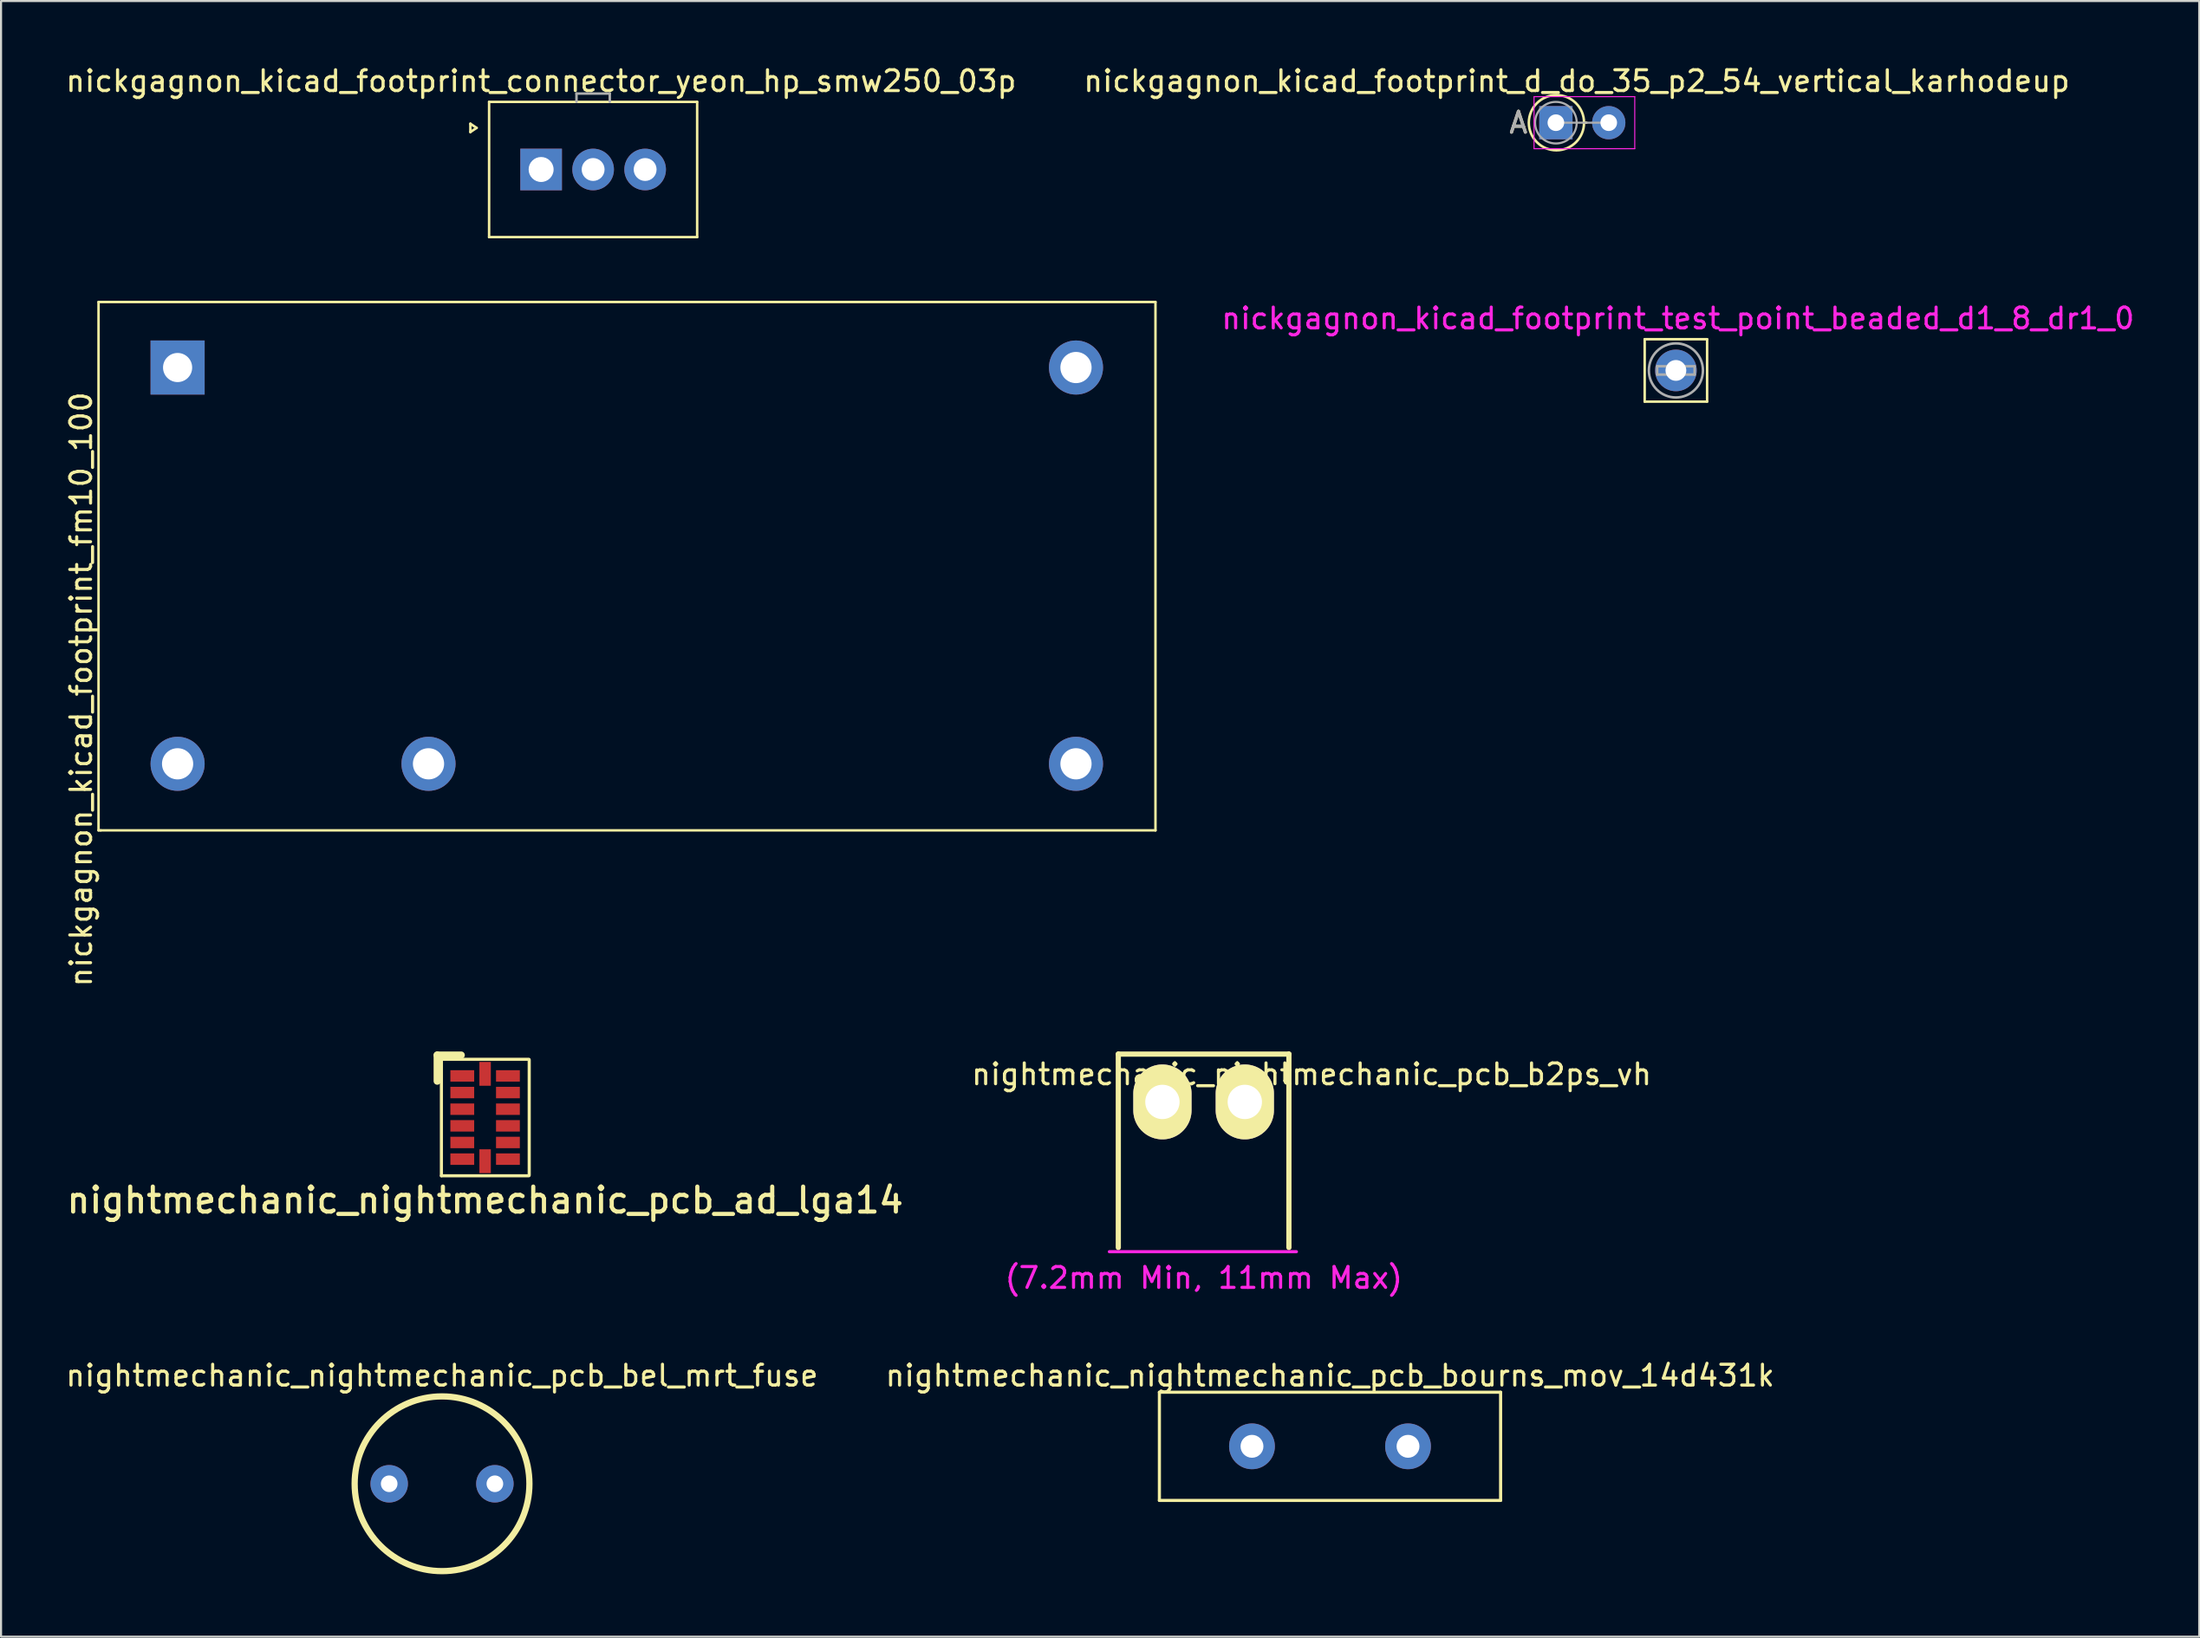
<source format=kicad_pcb>
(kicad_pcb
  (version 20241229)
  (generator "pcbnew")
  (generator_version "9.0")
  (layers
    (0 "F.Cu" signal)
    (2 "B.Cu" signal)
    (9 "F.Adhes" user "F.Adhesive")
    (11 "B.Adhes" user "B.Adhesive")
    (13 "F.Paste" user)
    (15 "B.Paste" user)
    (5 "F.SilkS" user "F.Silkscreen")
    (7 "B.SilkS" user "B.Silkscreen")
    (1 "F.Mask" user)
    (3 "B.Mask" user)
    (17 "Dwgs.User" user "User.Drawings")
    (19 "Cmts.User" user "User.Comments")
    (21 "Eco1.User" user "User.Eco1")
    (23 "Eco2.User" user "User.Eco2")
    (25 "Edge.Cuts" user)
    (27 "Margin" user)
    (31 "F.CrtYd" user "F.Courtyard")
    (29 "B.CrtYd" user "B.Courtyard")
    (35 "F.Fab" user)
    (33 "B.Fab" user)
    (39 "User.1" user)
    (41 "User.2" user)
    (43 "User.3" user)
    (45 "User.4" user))
  (footprint "nickgagnon_kicad_footprint_connector_yeon_hp_smw250_03p"
    (layer "F.Cu")
    (at 25.458 5.098)
    (property "Reference" "nickgagnon_kicad_footprint_connector_yeon_hp_smw250_03p" (at -2.5 -4.25 0) (layer "F.SilkS") (effects (font (size 1 1) (thickness 0.15))))
    (attr through_hole)
    (fp_line (start -5.9 -2.2) (end -5.6 -2) (stroke (width 0.12) (type solid)) (layer "F.SilkS"))
    (fp_line (start -5.9 -1.8) (end -5.9 -2.2) (stroke (width 0.12) (type solid)) (layer "F.SilkS"))
    (fp_line (start -5.6 -2) (end -5.9 -1.8) (stroke (width 0.12) (type solid)) (layer "F.SilkS"))
    (fp_line (start -5 -3.25) (end -5 3.25) (stroke (width 0.12) (type solid)) (layer "F.SilkS"))
    (fp_line (start -5 3.25) (end 5 3.25) (stroke (width 0.12) (type solid)) (layer "F.SilkS"))
    (fp_line (start 5 -3.25) (end -5 -3.25) (stroke (width 0.12) (type solid)) (layer "F.SilkS"))
    (fp_line (start 5 3.25) (end 5 -3.25) (stroke (width 0.12) (type solid)) (layer "F.SilkS"))
    (fp_line (start -0.8 -3.65) (end 0.8 -3.65) (stroke (width 0.12) (type solid)) (layer "F.Fab"))
    (fp_line (start -0.8 -3.25) (end -0.8 -3.65) (stroke (width 0.12) (type solid)) (layer "F.Fab"))
    (fp_line (start 0.8 -3.65) (end 0.8 -3.25) (stroke (width 0.12) (type solid)) (layer "F.Fab"))
    (pad "1" thru_hole rect (at -2.5 0 90) (size 2 2) (drill 1.2) (layers "*.Cu" "*.Mask"))
    (pad "2" thru_hole circle (at 0 0) (size 2 2) (drill 1.1) (layers "*.Cu" "*.Mask"))
    (pad "3" thru_hole circle (at 2.5 0) (size 2 2) (drill 1.1) (layers "*.Cu" "*.Mask")))
  (footprint "nightmechanic_nightmechanic_pcb_bel_mrt_fuse"
    (layer "F.Cu")
    (at 18.196 68.278)
    (property "Reference" "nightmechanic_nightmechanic_pcb_bel_mrt_fuse" (at 0 -5.2 0) (layer "F.SilkS") (effects (font (size 1 1) (thickness 0.15))))
    (attr through_hole)
    (fp_circle (center 0 0) (end 0 -4.2) (stroke (width 0.3) (type solid)) (fill no) (layer "F.SilkS"))
    (pad "1" thru_hole circle (at -2.54 0) (size 1.8 1.8) (drill 0.8) (layers "*.Cu" "*.Mask"))
    (pad "2" thru_hole circle (at 2.54 0) (size 1.8 1.8) (drill 0.8) (layers "*.Cu" "*.Mask")))
  (footprint "nickgagnon_kicad_footprint_test_point_beaded_d1_8_dr1_0"
    (layer "F.Cu")
    (at 77.5 14.757)
    (property "Reference" "nickgagnon_kicad_footprint_test_point_beaded_d1_8_dr1_0" (at 0.1 -2.5 0) (layer "F.CrtYd") (effects (font (size 1 1) (thickness 0.15))))
    (attr through_hole)
    (fp_line (start -1.5 -1.5) (end -1.5 1.5) (stroke (width 0.12) (type solid)) (layer "F.SilkS"))
    (fp_line (start -1.5 1.5) (end 1.5 1.5) (stroke (width 0.12) (type solid)) (layer "F.SilkS"))
    (fp_line (start 1.5 -1.5) (end -1.5 -1.5) (stroke (width 0.12) (type solid)) (layer "F.SilkS"))
    (fp_line (start 1.5 1.5) (end 1.5 -1.5) (stroke (width 0.12) (type solid)) (layer "F.SilkS"))
    (fp_line (start -0.9 -0.2) (end 0.9 -0.2) (stroke (width 0.12) (type solid)) (layer "F.Fab"))
    (fp_line (start -0.9 0.2) (end -0.9 -0.2) (stroke (width 0.12) (type solid)) (layer "F.Fab"))
    (fp_line (start 0.9 -0.2) (end 0.9 0.2) (stroke (width 0.12) (type solid)) (layer "F.Fab"))
    (fp_line (start 0.9 0.2) (end -0.9 0.2) (stroke (width 0.12) (type solid)) (layer "F.Fab"))
    (fp_circle (center 0 0) (end 1.3 0) (stroke (width 0.12) (type solid)) (fill no) (layer "F.Fab"))
    (pad "1" thru_hole circle (at 0 0) (size 2 2) (drill 1) (layers "*.Cu" "*.Mask")))
  (footprint "nightmechanic_nightmechanic_pcb_ad_lga14"
    (layer "F.Cu")
    (at 20.266 50.672)
    (property "Reference" "nightmechanic_nightmechanic_pcb_ad_lga14" (at 0 3.975 0) (layer "F.SilkS") (effects (font (size 1.2 1.2) (thickness 0.2))))
    (attr through_hole)
    (fp_line (start -2.3 -3) (end -2.3 -1.75) (stroke (width 0.35) (type solid)) (layer "F.SilkS"))
    (fp_line (start -2.1 -2.8) (end -2.1 2.8) (stroke (width 0.15) (type solid)) (layer "F.SilkS"))
    (fp_line (start -1.15 -3) (end -2.3 -3) (stroke (width 0.35) (type solid)) (layer "F.SilkS"))
    (fp_line (start 2.1 -2.8) (end -2.1 -2.8) (stroke (width 0.15) (type solid)) (layer "F.SilkS"))
    (fp_line (start 2.1 2.8) (end -2.1 2.8) (stroke (width 0.15) (type solid)) (layer "F.SilkS"))
    (fp_line (start 2.12 2.775) (end 2.12 -2.775) (stroke (width 0.15) (type solid)) (layer "F.SilkS"))
    (pad "1" smd rect (at -1.097 -2) (size 1.145 0.55) (layers "F.Cu" "F.Mask" "F.Paste"))
    (pad "2" smd rect (at -1.097 -1.2) (size 1.145 0.55) (layers "F.Cu" "F.Mask" "F.Paste"))
    (pad "3" smd rect (at -1.097 -0.4) (size 1.145 0.55) (layers "F.Cu" "F.Mask" "F.Paste"))
    (pad "4" smd rect (at -1.097 0.4) (size 1.145 0.55) (layers "F.Cu" "F.Mask" "F.Paste"))
    (pad "5" smd rect (at -1.097 1.2) (size 1.145 0.55) (layers "F.Cu" "F.Mask" "F.Paste"))
    (pad "6" smd rect (at -1.097 2) (size 1.145 0.55) (layers "F.Cu" "F.Mask" "F.Paste"))
    (pad "7" smd rect (at 0 2.1) (size 0.55 1.145) (layers "F.Cu" "F.Mask" "F.Paste"))
    (pad "8" smd rect (at 1.097 2) (size 1.145 0.55) (layers "F.Cu" "F.Mask" "F.Paste"))
    (pad "9" smd rect (at 1.097 1.2) (size 1.145 0.55) (layers "F.Cu" "F.Mask" "F.Paste"))
    (pad "10" smd rect (at 1.097 0.4) (size 1.145 0.55) (layers "F.Cu" "F.Mask" "F.Paste"))
    (pad "11" smd rect (at 1.097 -0.4) (size 1.145 0.55) (layers "F.Cu" "F.Mask" "F.Paste"))
    (pad "12" smd rect (at 1.097 -1.2) (size 1.145 0.55) (layers "F.Cu" "F.Mask" "F.Paste"))
    (pad "13" smd rect (at 1.097 -2) (size 1.145 0.55) (layers "F.Cu" "F.Mask" "F.Paste"))
    (pad "14" smd rect (at 0 -2.1) (size 0.55 1.145) (layers "F.Cu" "F.Mask" "F.Paste")))
  (footprint "nightmechanic_nightmechanic_pcb_b2ps_vh"
    (layer "F.Cu")
    (at 54.8 49.922)
    (property "Reference" "nightmechanic_nightmechanic_pcb_b2ps_vh" (at 5.19 -1.33 0) (layer "F.SilkS") (effects (font (size 1 1) (thickness 0.15))))
    (attr through_hole)
    (fp_line (start -4.1 -2.3) (end -4.1 7) (stroke (width 0.25) (type solid)) (layer "F.SilkS"))
    (fp_line (start 4.1 -2.3) (end -4.1 -2.3) (stroke (width 0.25) (type solid)) (layer "F.SilkS"))
    (fp_line (start 4.1 7) (end 4.1 -2.3) (stroke (width 0.25) (type solid)) (layer "F.SilkS"))
    (fp_line (start -4.53 7.2) (end 4.46 7.2) (stroke (width 0.15) (type solid)) (layer "F.CrtYd"))
    (fp_text user "(7.2mm Min, 11mm Max)" (at 0.01 8.46 0) (layer "F.CrtYd") (effects (font (size 1 1) (thickness 0.15))))
    (pad "1" thru_hole oval (at 1.98 0) (size 2.8 3.6) (drill 1.65) (layers "*.Cu" "*.Mask" "F.SilkS"))
    (pad "2" thru_hole oval (at -1.98 0) (size 2.8 3.6) (drill 1.65) (layers "*.Cu" "*.Mask" "F.SilkS")))
  (footprint "nickgagnon_kicad_footprint_d_do_35_p2_54_vertical_karhodeup"
    (layer "F.Cu")
    (at 72.732 2.848)
    (property "Reference" "nickgagnon_kicad_footprint_d_do_35_p2_54_vertical_karhodeup" (at 0 -2 0) (layer "F.SilkS") (effects (font (size 1 1) (thickness 0.15))))
    (attr through_hole)
    (fp_line (start 0.466 0) (end 0.353 0) (stroke (width 0.12) (type solid)) (layer "F.SilkS"))
    (fp_circle (center -0.974 0) (end 0.353 0) (stroke (width 0.12) (type solid)) (fill no) (layer "F.SilkS"))
    (fp_line (start -2.05 -1.25) (end -2.05 1.25) (stroke (width 0.05) (type solid)) (layer "F.CrtYd"))
    (fp_line (start -2.05 1.25) (end 2.79 1.25) (stroke (width 0.05) (type solid)) (layer "F.CrtYd"))
    (fp_line (start 2.79 -1.25) (end -2.05 -1.25) (stroke (width 0.05) (type solid)) (layer "F.CrtYd"))
    (fp_line (start 2.79 1.25) (end 2.79 -1.25) (stroke (width 0.05) (type solid)) (layer "F.CrtYd"))
    (fp_line (start -1 0) (end 1.54 0) (stroke (width 0.1) (type solid)) (layer "F.Fab"))
    (fp_circle (center -1 0) (end 0 0) (stroke (width 0.1) (type solid)) (fill no) (layer "F.Fab"))
    (fp_text user "A" (at -2.8 0 0) (layer "F.SilkS") (effects (font (size 1 1) (thickness 0.15))))
    (fp_text user "A" (at -2.8 0 0) (layer "F.Fab") (effects (font (size 1 1) (thickness 0.15))))
    (pad "1" thru_hole rect (at -1 0) (size 1.6 1.6) (drill 0.8) (layers "*.Cu" "*.Mask"))
    (pad "2" thru_hole oval (at 1.54 0) (size 1.6 1.6) (drill 0.8) (layers "*.Cu" "*.Mask")))
  (footprint "nickgagnon_kicad_footprint_fm10_100"
    (layer "F.Cu")
    (at 1.686 36.868)
    (property "Reference" "nickgagnon_kicad_footprint_fm10_100" (at -0.838 -6.782 90) (layer "F.SilkS") (effects (font (size 1 1) (thickness 0.15))))
    (attr through_hole)
    (fp_line (start 0 -25.4) (end 0 0) (stroke (width 0.12) (type solid)) (layer "F.SilkS"))
    (fp_line (start 0 0) (end 0.1 0) (stroke (width 0.12) (type solid)) (layer "F.SilkS"))
    (fp_line (start 0.1 0) (end 50.8 0) (stroke (width 0.12) (type solid)) (layer "F.SilkS"))
    (fp_line (start 50.8 -25.4) (end 0 -25.4) (stroke (width 0.12) (type solid)) (layer "F.SilkS"))
    (fp_line (start 50.8 0) (end 50.8 -25.4) (stroke (width 0.12) (type solid)) (layer "F.SilkS"))
    (pad "1" thru_hole rect (at 3.8 -22.25) (size 2.6 2.6) (drill 1.4) (layers "*.Cu" "*.Mask"))
    (pad "2" thru_hole circle (at 3.8 -3.2) (size 2.6 2.6) (drill 1.5) (layers "*.Cu" "*.Mask"))
    (pad "3" thru_hole circle (at 46.98 -22.25) (size 2.6 2.6) (drill 1.5) (layers "*.Cu" "*.Mask"))
    (pad "4" thru_hole circle (at 46.98 -3.2) (size 2.6 2.6) (drill 1.5) (layers "*.Cu" "*.Mask"))
    (pad "5" thru_hole circle (at 15.86 -3.2) (size 2.6 2.6) (drill 1.5) (layers "*.Cu" "*.Mask")))
  (footprint "nightmechanic_nightmechanic_pcb_bourns_mov_14d431k"
    (layer "F.Cu")
    (at 60.875 66.478)
    (property "Reference" "nightmechanic_nightmechanic_pcb_bourns_mov_14d431k" (at 0 -3.4 0) (layer "F.SilkS") (effects (font (size 1 1) (thickness 0.15))))
    (attr through_hole)
    (fp_line (start -8.2 -2.6) (end 8.2 -2.6) (stroke (width 0.15) (type solid)) (layer "F.SilkS"))
    (fp_line (start -8.2 2.6) (end -8.2 -2.6) (stroke (width 0.15) (type solid)) (layer "F.SilkS"))
    (fp_line (start 8.2 -2.6) (end 8.2 2.6) (stroke (width 0.15) (type solid)) (layer "F.SilkS"))
    (fp_line (start 8.2 2.6) (end -8.2 2.6) (stroke (width 0.15) (type solid)) (layer "F.SilkS"))
    (pad "1" thru_hole circle (at -3.75 0) (size 2.2 2.2) (drill 1.1) (layers "*.Cu" "*.Mask"))
    (pad "2" thru_hole circle (at 3.75 0) (size 2.2 2.2) (drill 1.1) (layers "*.Cu" "*.Mask")))
  (gr_rect
    (start -3 -3)
    (end 102.653 75.628)
    (stroke (width 0.1) (type default))
    (fill no)
    (layer "Edge.Cuts")))
</source>
